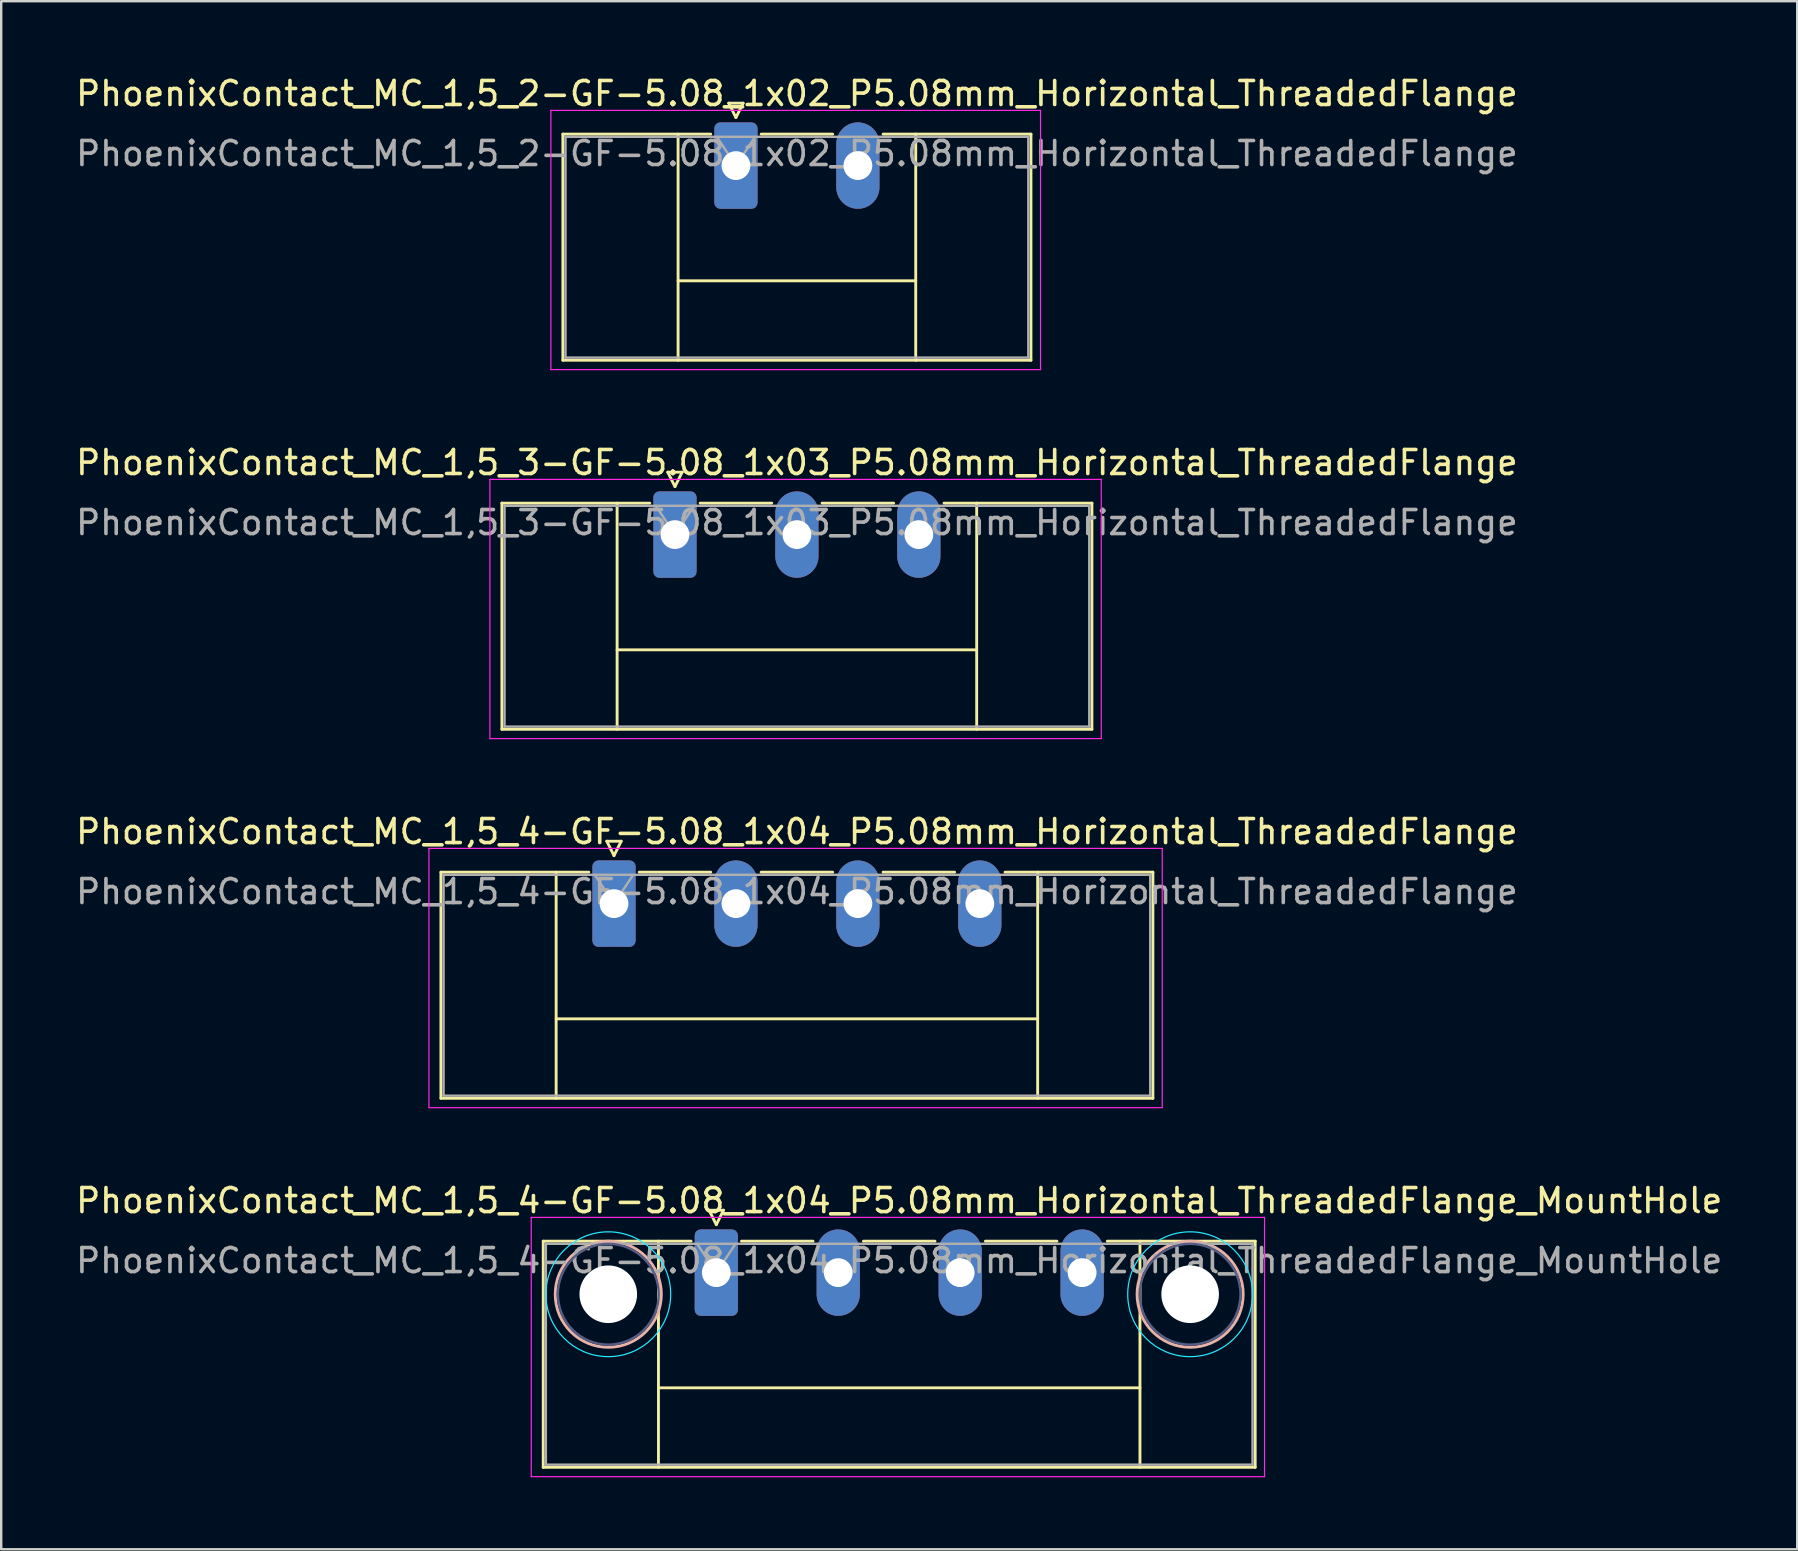
<source format=kicad_pcb>
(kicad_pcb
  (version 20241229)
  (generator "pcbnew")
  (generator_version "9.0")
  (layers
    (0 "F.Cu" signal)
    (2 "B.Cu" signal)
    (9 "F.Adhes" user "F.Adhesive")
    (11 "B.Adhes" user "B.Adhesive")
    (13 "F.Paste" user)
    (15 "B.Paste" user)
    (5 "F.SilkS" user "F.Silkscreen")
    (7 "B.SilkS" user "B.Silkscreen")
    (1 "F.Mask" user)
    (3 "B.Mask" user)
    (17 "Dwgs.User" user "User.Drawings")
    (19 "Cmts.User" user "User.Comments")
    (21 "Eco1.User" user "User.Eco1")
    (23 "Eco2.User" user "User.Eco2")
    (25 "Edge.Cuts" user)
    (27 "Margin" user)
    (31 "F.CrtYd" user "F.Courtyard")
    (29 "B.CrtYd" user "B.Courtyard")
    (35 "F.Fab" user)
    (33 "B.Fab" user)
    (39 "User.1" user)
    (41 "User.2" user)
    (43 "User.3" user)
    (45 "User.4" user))
  (footprint "PhoenixContact_MC_1,5_4-GF-5.08_1x04_P5.08mm_Horizontal_ThreadedFlange_MountHole"
    (layer "F.Cu")
    (at 26.791 49.968)
    (property "Reference" "PhoenixContact_MC_1,5_4-GF-5.08_1x04_P5.08mm_Horizontal_ThreadedFlange_MountHole" (at 7.62 -3 0) (layer "F.SilkS") (effects (font (size 1 1) (thickness 0.15))))
    (attr through_hole)
    (fp_line (start -7.21 -1.31) (end -7.21 8.11) (stroke (width 0.12) (type solid)) (layer "F.SilkS"))
    (fp_line (start -7.21 -1.31) (end -1.05 -1.31) (stroke (width 0.12) (type solid)) (layer "F.SilkS"))
    (fp_line (start -7.21 8.11) (end 22.45 8.11) (stroke (width 0.12) (type solid)) (layer "F.SilkS"))
    (fp_line (start -2.41 -1.31) (end -2.41 8.11) (stroke (width 0.12) (type solid)) (layer "F.SilkS"))
    (fp_line (start -2.41 4.8) (end 17.65 4.8) (stroke (width 0.12) (type solid)) (layer "F.SilkS"))
    (fp_line (start -0.3 -2.6) (end 0.3 -2.6) (stroke (width 0.12) (type solid)) (layer "F.SilkS"))
    (fp_line (start 0 -2) (end -0.3 -2.6) (stroke (width 0.12) (type solid)) (layer "F.SilkS"))
    (fp_line (start 0.3 -2.6) (end 0 -2) (stroke (width 0.12) (type solid)) (layer "F.SilkS"))
    (fp_line (start 1.05 -1.31) (end 4.03 -1.31) (stroke (width 0.12) (type solid)) (layer "F.SilkS"))
    (fp_line (start 6.13 -1.31) (end 9.11 -1.31) (stroke (width 0.12) (type solid)) (layer "F.SilkS"))
    (fp_line (start 11.21 -1.31) (end 14.19 -1.31) (stroke (width 0.12) (type solid)) (layer "F.SilkS"))
    (fp_line (start 17.65 -1.31) (end 17.65 8.11) (stroke (width 0.12) (type solid)) (layer "F.SilkS"))
    (fp_line (start 22.45 -1.31) (end 16.29 -1.31) (stroke (width 0.12) (type solid)) (layer "F.SilkS"))
    (fp_line (start 22.45 8.11) (end 22.45 -1.31) (stroke (width 0.12) (type solid)) (layer "F.SilkS"))
    (fp_circle (center -4.5 0.9) (end -2.29 0.9) (stroke (width 0.12) (type solid)) (fill no) (layer "B.SilkS"))
    (fp_circle (center 19.74 0.9) (end 21.95 0.9) (stroke (width 0.12) (type solid)) (fill no) (layer "B.SilkS"))
    (fp_circle (center -4.5 0.9) (end -1.9 0.9) (stroke (width 0.05) (type solid)) (fill no) (layer "B.CrtYd"))
    (fp_circle (center 19.74 0.9) (end 22.34 0.9) (stroke (width 0.05) (type solid)) (fill no) (layer "B.CrtYd"))
    (fp_line (start -7.71 -2.3) (end -7.71 8.5) (stroke (width 0.05) (type solid)) (layer "F.CrtYd"))
    (fp_line (start -7.71 8.5) (end 22.84 8.5) (stroke (width 0.05) (type solid)) (layer "F.CrtYd"))
    (fp_line (start 22.84 -2.3) (end -7.71 -2.3) (stroke (width 0.05) (type solid)) (layer "F.CrtYd"))
    (fp_line (start 22.84 8.5) (end 22.84 -2.3) (stroke (width 0.05) (type solid)) (layer "F.CrtYd"))
    (fp_circle (center -4.5 0.9) (end -2.4 0.9) (stroke (width 0.1) (type solid)) (fill no) (layer "B.Fab"))
    (fp_circle (center 19.74 0.9) (end 21.84 0.9) (stroke (width 0.1) (type solid)) (fill no) (layer "B.Fab"))
    (fp_line (start -7.1 -1.2) (end -7.1 8) (stroke (width 0.1) (type solid)) (layer "F.Fab"))
    (fp_line (start -7.1 8) (end 22.34 8) (stroke (width 0.1) (type solid)) (layer "F.Fab"))
    (fp_line (start 0 0) (end -0.8 -1.2) (stroke (width 0.1) (type solid)) (layer "F.Fab"))
    (fp_line (start 0.8 -1.2) (end 0 0) (stroke (width 0.1) (type solid)) (layer "F.Fab"))
    (fp_line (start 22.34 -1.2) (end -7.1 -1.2) (stroke (width 0.1) (type solid)) (layer "F.Fab"))
    (fp_line (start 22.34 8) (end 22.34 -1.2) (stroke (width 0.1) (type solid)) (layer "F.Fab"))
    (fp_text user "${REFERENCE}" (at 7.62 -0.5 0) (layer "F.Fab") (effects (font (size 1 1) (thickness 0.15))))
    (pad "" np_thru_hole circle (at -4.5 0.9) (size 2.4 2.4) (drill 2.4) (layers "*.Cu" "*.Mask"))
    (pad "" np_thru_hole circle (at 19.74 0.9) (size 2.4 2.4) (drill 2.4) (layers "*.Cu" "*.Mask"))
    (pad "1" thru_hole roundrect (at 0 0) (size 1.8 3.6) (drill 1.2) (layers "*.Cu" "*.Mask") (roundrect_rratio 0.139))
    (pad "2" thru_hole oval (at 5.08 0) (size 1.8 3.6) (drill 1.2) (layers "*.Cu" "*.Mask"))
    (pad "3" thru_hole oval (at 10.16 0) (size 1.8 3.6) (drill 1.2) (layers "*.Cu" "*.Mask"))
    (pad "4" thru_hole oval (at 15.24 0) (size 1.8 3.6) (drill 1.2) (layers "*.Cu" "*.Mask")))
  (footprint "PhoenixContact_MC_1,5_2-GF-5.08_1x02_P5.08mm_Horizontal_ThreadedFlange"
    (layer "F.Cu")
    (at 27.609 3.848)
    (property "Reference" "PhoenixContact_MC_1,5_2-GF-5.08_1x02_P5.08mm_Horizontal_ThreadedFlange" (at 2.54 -3 0) (layer "F.SilkS") (effects (font (size 1 1) (thickness 0.15))))
    (attr through_hole)
    (fp_line (start -7.21 -1.31) (end -7.21 8.11) (stroke (width 0.12) (type solid)) (layer "F.SilkS"))
    (fp_line (start -7.21 -1.31) (end -1.05 -1.31) (stroke (width 0.12) (type solid)) (layer "F.SilkS"))
    (fp_line (start -7.21 8.11) (end 12.29 8.11) (stroke (width 0.12) (type solid)) (layer "F.SilkS"))
    (fp_line (start -2.41 -1.31) (end -2.41 8.11) (stroke (width 0.12) (type solid)) (layer "F.SilkS"))
    (fp_line (start -2.41 4.8) (end 7.49 4.8) (stroke (width 0.12) (type solid)) (layer "F.SilkS"))
    (fp_line (start -0.3 -2.6) (end 0.3 -2.6) (stroke (width 0.12) (type solid)) (layer "F.SilkS"))
    (fp_line (start 0 -2) (end -0.3 -2.6) (stroke (width 0.12) (type solid)) (layer "F.SilkS"))
    (fp_line (start 0.3 -2.6) (end 0 -2) (stroke (width 0.12) (type solid)) (layer "F.SilkS"))
    (fp_line (start 1.05 -1.31) (end 4.03 -1.31) (stroke (width 0.12) (type solid)) (layer "F.SilkS"))
    (fp_line (start 7.49 -1.31) (end 7.49 8.11) (stroke (width 0.12) (type solid)) (layer "F.SilkS"))
    (fp_line (start 12.29 -1.31) (end 6.13 -1.31) (stroke (width 0.12) (type solid)) (layer "F.SilkS"))
    (fp_line (start 12.29 8.11) (end 12.29 -1.31) (stroke (width 0.12) (type solid)) (layer "F.SilkS"))
    (fp_line (start -7.71 -2.3) (end -7.71 8.5) (stroke (width 0.05) (type solid)) (layer "F.CrtYd"))
    (fp_line (start -7.71 8.5) (end 12.69 8.5) (stroke (width 0.05) (type solid)) (layer "F.CrtYd"))
    (fp_line (start 12.69 -2.3) (end -7.71 -2.3) (stroke (width 0.05) (type solid)) (layer "F.CrtYd"))
    (fp_line (start 12.69 8.5) (end 12.69 -2.3) (stroke (width 0.05) (type solid)) (layer "F.CrtYd"))
    (fp_line (start -7.1 -1.2) (end -7.1 8) (stroke (width 0.1) (type solid)) (layer "F.Fab"))
    (fp_line (start -7.1 8) (end 12.18 8) (stroke (width 0.1) (type solid)) (layer "F.Fab"))
    (fp_line (start 0 0) (end -0.8 -1.2) (stroke (width 0.1) (type solid)) (layer "F.Fab"))
    (fp_line (start 0.8 -1.2) (end 0 0) (stroke (width 0.1) (type solid)) (layer "F.Fab"))
    (fp_line (start 12.18 -1.2) (end -7.1 -1.2) (stroke (width 0.1) (type solid)) (layer "F.Fab"))
    (fp_line (start 12.18 8) (end 12.18 -1.2) (stroke (width 0.1) (type solid)) (layer "F.Fab"))
    (fp_text user "${REFERENCE}" (at 2.54 -0.5 0) (layer "F.Fab") (effects (font (size 1 1) (thickness 0.15))))
    (pad "1" thru_hole roundrect (at 0 0) (size 1.8 3.6) (drill 1.2) (layers "*.Cu" "*.Mask") (roundrect_rratio 0.139))
    (pad "2" thru_hole oval (at 5.08 0) (size 1.8 3.6) (drill 1.2) (layers "*.Cu" "*.Mask")))
  (footprint "PhoenixContact_MC_1,5_4-GF-5.08_1x04_P5.08mm_Horizontal_ThreadedFlange"
    (layer "F.Cu")
    (at 22.529 34.595)
    (property "Reference" "PhoenixContact_MC_1,5_4-GF-5.08_1x04_P5.08mm_Horizontal_ThreadedFlange" (at 7.62 -3 0) (layer "F.SilkS") (effects (font (size 1 1) (thickness 0.15))))
    (attr through_hole)
    (fp_line (start -7.21 -1.31) (end -7.21 8.11) (stroke (width 0.12) (type solid)) (layer "F.SilkS"))
    (fp_line (start -7.21 -1.31) (end -1.05 -1.31) (stroke (width 0.12) (type solid)) (layer "F.SilkS"))
    (fp_line (start -7.21 8.11) (end 22.45 8.11) (stroke (width 0.12) (type solid)) (layer "F.SilkS"))
    (fp_line (start -2.41 -1.31) (end -2.41 8.11) (stroke (width 0.12) (type solid)) (layer "F.SilkS"))
    (fp_line (start -2.41 4.8) (end 17.65 4.8) (stroke (width 0.12) (type solid)) (layer "F.SilkS"))
    (fp_line (start -0.3 -2.6) (end 0.3 -2.6) (stroke (width 0.12) (type solid)) (layer "F.SilkS"))
    (fp_line (start 0 -2) (end -0.3 -2.6) (stroke (width 0.12) (type solid)) (layer "F.SilkS"))
    (fp_line (start 0.3 -2.6) (end 0 -2) (stroke (width 0.12) (type solid)) (layer "F.SilkS"))
    (fp_line (start 1.05 -1.31) (end 4.03 -1.31) (stroke (width 0.12) (type solid)) (layer "F.SilkS"))
    (fp_line (start 6.13 -1.31) (end 9.11 -1.31) (stroke (width 0.12) (type solid)) (layer "F.SilkS"))
    (fp_line (start 11.21 -1.31) (end 14.19 -1.31) (stroke (width 0.12) (type solid)) (layer "F.SilkS"))
    (fp_line (start 17.65 -1.31) (end 17.65 8.11) (stroke (width 0.12) (type solid)) (layer "F.SilkS"))
    (fp_line (start 22.45 -1.31) (end 16.29 -1.31) (stroke (width 0.12) (type solid)) (layer "F.SilkS"))
    (fp_line (start 22.45 8.11) (end 22.45 -1.31) (stroke (width 0.12) (type solid)) (layer "F.SilkS"))
    (fp_line (start -7.71 -2.3) (end -7.71 8.5) (stroke (width 0.05) (type solid)) (layer "F.CrtYd"))
    (fp_line (start -7.71 8.5) (end 22.84 8.5) (stroke (width 0.05) (type solid)) (layer "F.CrtYd"))
    (fp_line (start 22.84 -2.3) (end -7.71 -2.3) (stroke (width 0.05) (type solid)) (layer "F.CrtYd"))
    (fp_line (start 22.84 8.5) (end 22.84 -2.3) (stroke (width 0.05) (type solid)) (layer "F.CrtYd"))
    (fp_line (start -7.1 -1.2) (end -7.1 8) (stroke (width 0.1) (type solid)) (layer "F.Fab"))
    (fp_line (start -7.1 8) (end 22.34 8) (stroke (width 0.1) (type solid)) (layer "F.Fab"))
    (fp_line (start 0 0) (end -0.8 -1.2) (stroke (width 0.1) (type solid)) (layer "F.Fab"))
    (fp_line (start 0.8 -1.2) (end 0 0) (stroke (width 0.1) (type solid)) (layer "F.Fab"))
    (fp_line (start 22.34 -1.2) (end -7.1 -1.2) (stroke (width 0.1) (type solid)) (layer "F.Fab"))
    (fp_line (start 22.34 8) (end 22.34 -1.2) (stroke (width 0.1) (type solid)) (layer "F.Fab"))
    (fp_text user "${REFERENCE}" (at 7.62 -0.5 0) (layer "F.Fab") (effects (font (size 1 1) (thickness 0.15))))
    (pad "1" thru_hole roundrect (at 0 0) (size 1.8 3.6) (drill 1.2) (layers "*.Cu" "*.Mask") (roundrect_rratio 0.139))
    (pad "2" thru_hole oval (at 5.08 0) (size 1.8 3.6) (drill 1.2) (layers "*.Cu" "*.Mask"))
    (pad "3" thru_hole oval (at 10.16 0) (size 1.8 3.6) (drill 1.2) (layers "*.Cu" "*.Mask"))
    (pad "4" thru_hole oval (at 15.24 0) (size 1.8 3.6) (drill 1.2) (layers "*.Cu" "*.Mask")))
  (footprint "PhoenixContact_MC_1,5_3-GF-5.08_1x03_P5.08mm_Horizontal_ThreadedFlange"
    (layer "F.Cu")
    (at 25.069 19.221)
    (property "Reference" "PhoenixContact_MC_1,5_3-GF-5.08_1x03_P5.08mm_Horizontal_ThreadedFlange" (at 5.08 -3 0) (layer "F.SilkS") (effects (font (size 1 1) (thickness 0.15))))
    (attr through_hole)
    (fp_line (start -7.21 -1.31) (end -7.21 8.11) (stroke (width 0.12) (type solid)) (layer "F.SilkS"))
    (fp_line (start -7.21 -1.31) (end -1.05 -1.31) (stroke (width 0.12) (type solid)) (layer "F.SilkS"))
    (fp_line (start -7.21 8.11) (end 17.37 8.11) (stroke (width 0.12) (type solid)) (layer "F.SilkS"))
    (fp_line (start -2.41 -1.31) (end -2.41 8.11) (stroke (width 0.12) (type solid)) (layer "F.SilkS"))
    (fp_line (start -2.41 4.8) (end 12.57 4.8) (stroke (width 0.12) (type solid)) (layer "F.SilkS"))
    (fp_line (start -0.3 -2.6) (end 0.3 -2.6) (stroke (width 0.12) (type solid)) (layer "F.SilkS"))
    (fp_line (start 0 -2) (end -0.3 -2.6) (stroke (width 0.12) (type solid)) (layer "F.SilkS"))
    (fp_line (start 0.3 -2.6) (end 0 -2) (stroke (width 0.12) (type solid)) (layer "F.SilkS"))
    (fp_line (start 1.05 -1.31) (end 4.03 -1.31) (stroke (width 0.12) (type solid)) (layer "F.SilkS"))
    (fp_line (start 6.13 -1.31) (end 9.11 -1.31) (stroke (width 0.12) (type solid)) (layer "F.SilkS"))
    (fp_line (start 12.57 -1.31) (end 12.57 8.11) (stroke (width 0.12) (type solid)) (layer "F.SilkS"))
    (fp_line (start 17.37 -1.31) (end 11.21 -1.31) (stroke (width 0.12) (type solid)) (layer "F.SilkS"))
    (fp_line (start 17.37 8.11) (end 17.37 -1.31) (stroke (width 0.12) (type solid)) (layer "F.SilkS"))
    (fp_line (start -7.71 -2.3) (end -7.71 8.5) (stroke (width 0.05) (type solid)) (layer "F.CrtYd"))
    (fp_line (start -7.71 8.5) (end 17.76 8.5) (stroke (width 0.05) (type solid)) (layer "F.CrtYd"))
    (fp_line (start 17.76 -2.3) (end -7.71 -2.3) (stroke (width 0.05) (type solid)) (layer "F.CrtYd"))
    (fp_line (start 17.76 8.5) (end 17.76 -2.3) (stroke (width 0.05) (type solid)) (layer "F.CrtYd"))
    (fp_line (start -7.1 -1.2) (end -7.1 8) (stroke (width 0.1) (type solid)) (layer "F.Fab"))
    (fp_line (start -7.1 8) (end 17.26 8) (stroke (width 0.1) (type solid)) (layer "F.Fab"))
    (fp_line (start 0 0) (end -0.8 -1.2) (stroke (width 0.1) (type solid)) (layer "F.Fab"))
    (fp_line (start 0.8 -1.2) (end 0 0) (stroke (width 0.1) (type solid)) (layer "F.Fab"))
    (fp_line (start 17.26 -1.2) (end -7.1 -1.2) (stroke (width 0.1) (type solid)) (layer "F.Fab"))
    (fp_line (start 17.26 8) (end 17.26 -1.2) (stroke (width 0.1) (type solid)) (layer "F.Fab"))
    (fp_text user "${REFERENCE}" (at 5.08 -0.5 0) (layer "F.Fab") (effects (font (size 1 1) (thickness 0.15))))
    (pad "1" thru_hole roundrect (at 0 0) (size 1.8 3.6) (drill 1.2) (layers "*.Cu" "*.Mask") (roundrect_rratio 0.139))
    (pad "2" thru_hole oval (at 5.08 0) (size 1.8 3.6) (drill 1.2) (layers "*.Cu" "*.Mask"))
    (pad "3" thru_hole oval (at 10.16 0) (size 1.8 3.6) (drill 1.2) (layers "*.Cu" "*.Mask")))
  (gr_rect
    (start -3 -3)
    (end 71.821 61.493)
    (stroke (width 0.1) (type default))
    (fill no)
    (layer "Edge.Cuts")))
</source>
